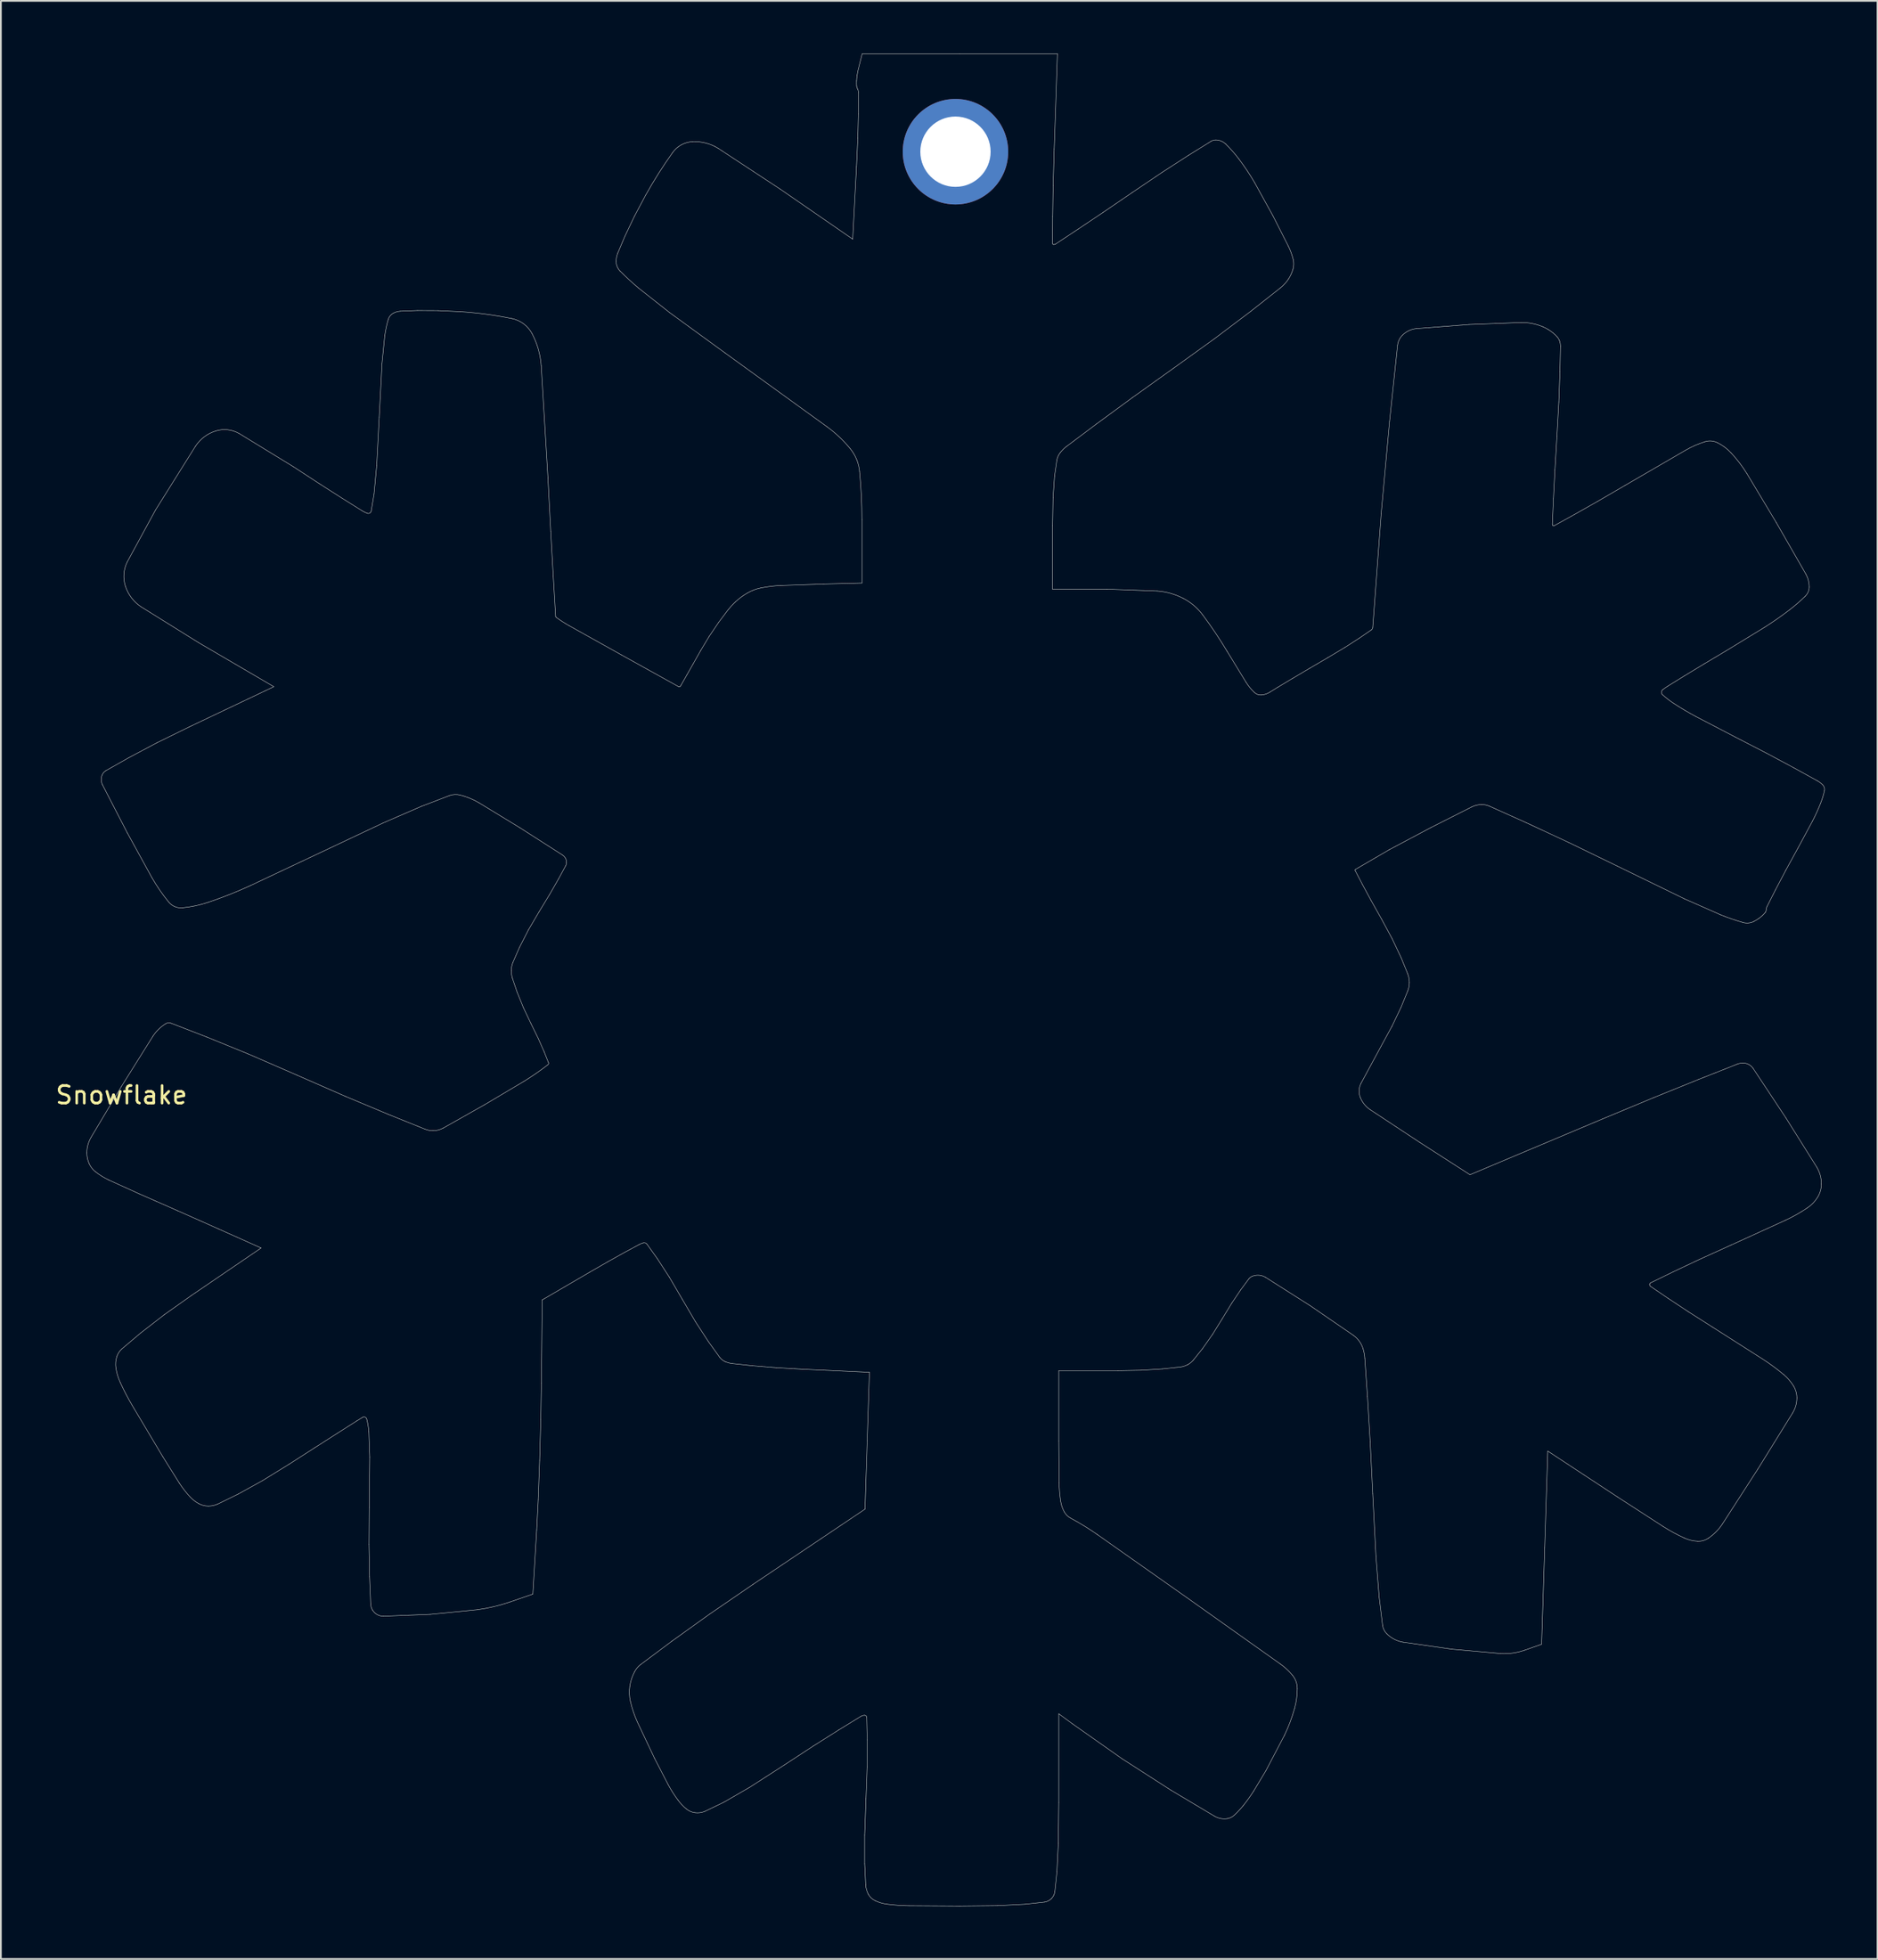
<source format=kicad_pcb>
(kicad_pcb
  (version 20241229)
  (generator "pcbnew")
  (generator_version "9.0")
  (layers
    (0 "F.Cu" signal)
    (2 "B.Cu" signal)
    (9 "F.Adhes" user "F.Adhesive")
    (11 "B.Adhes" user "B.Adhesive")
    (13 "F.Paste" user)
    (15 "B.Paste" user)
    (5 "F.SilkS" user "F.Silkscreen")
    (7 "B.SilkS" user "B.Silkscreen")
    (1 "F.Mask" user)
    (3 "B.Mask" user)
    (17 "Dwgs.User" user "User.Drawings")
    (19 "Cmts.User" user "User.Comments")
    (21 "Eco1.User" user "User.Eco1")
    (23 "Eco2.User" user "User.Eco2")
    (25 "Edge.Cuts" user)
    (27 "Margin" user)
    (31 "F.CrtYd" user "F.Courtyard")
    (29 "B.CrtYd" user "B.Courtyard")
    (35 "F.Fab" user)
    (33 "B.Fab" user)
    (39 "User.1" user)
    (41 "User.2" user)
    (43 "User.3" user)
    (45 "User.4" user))
  (footprint "Snowflake"
    (layer "F.Cu")
    (at 3.863 58.739)
    (property "Reference" "Snowflake" (at 0 0.5 0) (layer "F.SilkS") (effects (font (size 1 1) (thickness 0.15))))
    (attr through_hole)
    (fp_line (start -1.08 -17.147) (end 0.329 -14.421) (stroke (width 0.024) (type solid)) (layer "Edge.Cuts"))
    (fp_line (start -0.716 5.331) (end 1.005 6.113) (stroke (width 0.024) (type solid)) (layer "Edge.Cuts"))
    (fp_line (start 0 0) (end -1.733 2.903) (stroke (width 0.024) (type solid)) (layer "Edge.Cuts"))
    (fp_line (start 0.329 -14.421) (end 1.729 -11.873) (stroke (width 0.024) (type solid)) (layer "Edge.Cuts"))
    (fp_line (start 0.431 -18.702) (end -0.884 -17.958) (stroke (width 0.024) (type solid)) (layer "Edge.Cuts"))
    (fp_line (start 0.603 18.137) (end 2.351 21.066) (stroke (width 0.024) (type solid)) (layer "Edge.Cuts"))
    (fp_line (start 1.005 6.113) (end 1.982 6.541) (stroke (width 0.024) (type solid)) (layer "Edge.Cuts"))
    (fp_line (start 1.096 14.025) (end 0.025 14.931) (stroke (width 0.024) (type solid)) (layer "Edge.Cuts"))
    (fp_line (start 1.111 -27.277) (end 4.399 -25.229) (stroke (width 0.024) (type solid)) (layer "Edge.Cuts"))
    (fp_line (start 1.78 -2.839) (end 0 0) (stroke (width 0.024) (type solid)) (layer "Edge.Cuts"))
    (fp_line (start 1.934 -32.778) (end 0.324 -29.821) (stroke (width 0.024) (type solid)) (layer "Edge.Cuts"))
    (fp_line (start 1.982 6.541) (end 3.199 7.078) (stroke (width 0.024) (type solid)) (layer "Edge.Cuts"))
    (fp_line (start 2.02 -19.544) (end 0.431 -18.702) (stroke (width 0.024) (type solid)) (layer "Edge.Cuts"))
    (fp_line (start 2.351 21.066) (end 3.293 22.571) (stroke (width 0.024) (type solid)) (layer "Edge.Cuts"))
    (fp_line (start 2.437 12.986) (end 1.096 14.025) (stroke (width 0.024) (type solid)) (layer "Edge.Cuts"))
    (fp_line (start 3.199 7.078) (end 4.445 7.631) (stroke (width 0.024) (type solid)) (layer "Edge.Cuts"))
    (fp_line (start 3.872 -20.452) (end 2.02 -19.544) (stroke (width 0.024) (type solid)) (layer "Edge.Cuts"))
    (fp_line (start 3.976 11.897) (end 2.437 12.986) (stroke (width 0.024) (type solid)) (layer "Edge.Cuts"))
    (fp_line (start 4.211 -36.412) (end 1.934 -32.778) (stroke (width 0.024) (type solid)) (layer "Edge.Cuts"))
    (fp_line (start 4.399 -25.229) (end 8.667 -22.731) (stroke (width 0.024) (type solid)) (layer "Edge.Cuts"))
    (fp_line (start 4.445 7.631) (end 5.524 8.112) (stroke (width 0.024) (type solid)) (layer "Edge.Cuts"))
    (fp_line (start 4.866 -2.799) (end 2.816 -3.592) (stroke (width 0.024) (type solid)) (layer "Edge.Cuts"))
    (fp_line (start 5.488 23.754) (end 6.643 23.19) (stroke (width 0.024) (type solid)) (layer "Edge.Cuts"))
    (fp_line (start 5.524 8.112) (end 7.943 9.195) (stroke (width 0.024) (type solid)) (layer "Edge.Cuts"))
    (fp_line (start 6.643 23.19) (end 8.027 22.424) (stroke (width 0.024) (type solid)) (layer "Edge.Cuts"))
    (fp_line (start 7.24 -1.83) (end 4.866 -2.799) (stroke (width 0.024) (type solid)) (layer "Edge.Cuts"))
    (fp_line (start 7.356 -11.428) (end 11.878 -13.56) (stroke (width 0.024) (type solid)) (layer "Edge.Cuts"))
    (fp_line (start 7.943 9.195) (end 3.976 11.897) (stroke (width 0.024) (type solid)) (layer "Edge.Cuts"))
    (fp_line (start 8.027 22.424) (end 9.546 21.487) (stroke (width 0.024) (type solid)) (layer "Edge.Cuts"))
    (fp_line (start 8.667 -22.731) (end 3.872 -20.452) (stroke (width 0.024) (type solid)) (layer "Edge.Cuts"))
    (fp_line (start 9.546 21.487) (end 11 20.553) (stroke (width 0.024) (type solid)) (layer "Edge.Cuts"))
    (fp_line (start 9.787 -35.239) (end 6.694 -37.133) (stroke (width 0.024) (type solid)) (layer "Edge.Cuts"))
    (fp_line (start 9.986 -0.636) (end 7.24 -1.83) (stroke (width 0.024) (type solid)) (layer "Edge.Cuts"))
    (fp_line (start 11 20.553) (end 12.301 19.721) (stroke (width 0.024) (type solid)) (layer "Edge.Cuts"))
    (fp_line (start 11.261 -34.276) (end 9.787 -35.239) (stroke (width 0.024) (type solid)) (layer "Edge.Cuts"))
    (fp_line (start 11.878 -13.56) (end 14.891 -14.983) (stroke (width 0.024) (type solid)) (layer "Edge.Cuts"))
    (fp_line (start 12.301 19.721) (end 13.399 19.022) (stroke (width 0.024) (type solid)) (layer "Edge.Cuts"))
    (fp_line (start 12.572 -33.438) (end 11.261 -34.276) (stroke (width 0.024) (type solid)) (layer "Edge.Cuts"))
    (fp_line (start 12.75 0.575) (end 9.986 -0.636) (stroke (width 0.024) (type solid)) (layer "Edge.Cuts"))
    (fp_line (start 13.399 19.022) (end 13.718 18.826) (stroke (width 0.024) (type solid)) (layer "Edge.Cuts"))
    (fp_line (start 13.689 -32.738) (end 12.572 -33.438) (stroke (width 0.024) (type solid)) (layer "Edge.Cuts"))
    (fp_line (start 14.074 19.652) (end 14.124 21.082) (stroke (width 0.024) (type solid)) (layer "Edge.Cuts"))
    (fp_line (start 14.082 26.047) (end 14.116 27.892) (stroke (width 0.024) (type solid)) (layer "Edge.Cuts"))
    (fp_line (start 14.095 23.947) (end 14.082 26.047) (stroke (width 0.024) (type solid)) (layer "Edge.Cuts"))
    (fp_line (start 14.116 27.892) (end 14.18 29.445) (stroke (width 0.024) (type solid)) (layer "Edge.Cuts"))
    (fp_line (start 14.124 21.082) (end 14.095 23.947) (stroke (width 0.024) (type solid)) (layer "Edge.Cuts"))
    (fp_line (start 14.372 -33.7) (end 14.207 -32.716) (stroke (width 0.024) (type solid)) (layer "Edge.Cuts"))
    (fp_line (start 14.52 -35.309) (end 14.372 -33.7) (stroke (width 0.024) (type solid)) (layer "Edge.Cuts"))
    (fp_line (start 14.665 -38.065) (end 14.52 -35.309) (stroke (width 0.024) (type solid)) (layer "Edge.Cuts"))
    (fp_line (start 14.823 -41.107) (end 14.665 -38.065) (stroke (width 0.024) (type solid)) (layer "Edge.Cuts"))
    (fp_line (start 14.891 -14.983) (end 17.065 -15.926) (stroke (width 0.024) (type solid)) (layer "Edge.Cuts"))
    (fp_line (start 14.91 30.138) (end 17.574 30.033) (stroke (width 0.024) (type solid)) (layer "Edge.Cuts"))
    (fp_line (start 14.979 -42.69) (end 14.823 -41.107) (stroke (width 0.024) (type solid)) (layer "Edge.Cuts"))
    (fp_line (start 15.184 1.595) (end 12.75 0.575) (stroke (width 0.024) (type solid)) (layer "Edge.Cuts"))
    (fp_line (start 16.836 -44.127) (end 15.867 -44.089) (stroke (width 0.024) (type solid)) (layer "Edge.Cuts"))
    (fp_line (start 17.065 -15.926) (end 18.662 -16.538) (stroke (width 0.024) (type solid)) (layer "Edge.Cuts"))
    (fp_line (start 17.269 2.436) (end 15.184 1.595) (stroke (width 0.024) (type solid)) (layer "Edge.Cuts"))
    (fp_line (start 17.574 30.033) (end 20.25 29.769) (stroke (width 0.024) (type solid)) (layer "Edge.Cuts"))
    (fp_line (start 18.005 -44.122) (end 16.836 -44.127) (stroke (width 0.024) (type solid)) (layer "Edge.Cuts"))
    (fp_line (start 19.283 -44.062) (end 18.005 -44.122) (stroke (width 0.024) (type solid)) (layer "Edge.Cuts"))
    (fp_line (start 20.344 -16.126) (end 22.668 -14.709) (stroke (width 0.024) (type solid)) (layer "Edge.Cuts"))
    (fp_line (start 20.664 1.043) (end 18.315 2.37) (stroke (width 0.024) (type solid)) (layer "Edge.Cuts"))
    (fp_line (start 22.122 29.323) (end 23.405 28.881) (stroke (width 0.024) (type solid)) (layer "Edge.Cuts"))
    (fp_line (start 22.247 -6.136) (end 22.509 -5.362) (stroke (width 0.024) (type solid)) (layer "Edge.Cuts"))
    (fp_line (start 22.509 -5.362) (end 22.872 -4.469) (stroke (width 0.024) (type solid)) (layer "Edge.Cuts"))
    (fp_line (start 22.642 -7.897) (end 22.268 -7.041) (stroke (width 0.024) (type solid)) (layer "Edge.Cuts"))
    (fp_line (start 22.668 -14.709) (end 25.095 -13.155) (stroke (width 0.024) (type solid)) (layer "Edge.Cuts"))
    (fp_line (start 22.872 -4.469) (end 23.302 -3.563) (stroke (width 0.024) (type solid)) (layer "Edge.Cuts"))
    (fp_line (start 22.902 -0.286) (end 20.664 1.043) (stroke (width 0.024) (type solid)) (layer "Edge.Cuts"))
    (fp_line (start 23.152 -8.893) (end 22.642 -7.897) (stroke (width 0.024) (type solid)) (layer "Edge.Cuts"))
    (fp_line (start 23.302 -3.563) (end 23.721 -2.708) (stroke (width 0.024) (type solid)) (layer "Edge.Cuts"))
    (fp_line (start 23.405 28.881) (end 23.624 25.239) (stroke (width 0.024) (type solid)) (layer "Edge.Cuts"))
    (fp_line (start 23.624 25.239) (end 23.712 23.509) (stroke (width 0.024) (type solid)) (layer "Edge.Cuts"))
    (fp_line (start 23.712 23.509) (end 23.793 21.28) (stroke (width 0.024) (type solid)) (layer "Edge.Cuts"))
    (fp_line (start 23.721 -2.708) (end 24.048 -1.967) (stroke (width 0.024) (type solid)) (layer "Edge.Cuts"))
    (fp_line (start 23.755 -9.92) (end 23.152 -8.893) (stroke (width 0.024) (type solid)) (layer "Edge.Cuts"))
    (fp_line (start 23.793 21.28) (end 23.857 18.948) (stroke (width 0.024) (type solid)) (layer "Edge.Cuts"))
    (fp_line (start 23.857 18.948) (end 23.891 16.873) (stroke (width 0.024) (type solid)) (layer "Edge.Cuts"))
    (fp_line (start 23.891 16.873) (end 23.938 12.148) (stroke (width 0.024) (type solid)) (layer "Edge.Cuts"))
    (fp_line (start 23.938 12.148) (end 26.637 10.573) (stroke (width 0.024) (type solid)) (layer "Edge.Cuts"))
    (fp_line (start 24.048 -1.967) (end 24.296 -1.344) (stroke (width 0.024) (type solid)) (layer "Edge.Cuts"))
    (fp_line (start 24.266 -34.59) (end 23.881 -40.992) (stroke (width 0.024) (type solid)) (layer "Edge.Cuts"))
    (fp_line (start 24.358 -10.91) (end 23.755 -9.92) (stroke (width 0.024) (type solid)) (layer "Edge.Cuts"))
    (fp_line (start 24.423 -31.571) (end 24.266 -34.59) (stroke (width 0.024) (type solid)) (layer "Edge.Cuts"))
    (fp_line (start 24.567 -29.022) (end 24.423 -31.571) (stroke (width 0.024) (type solid)) (layer "Edge.Cuts"))
    (fp_line (start 24.703 -26.732) (end 24.567 -29.022) (stroke (width 0.024) (type solid)) (layer "Edge.Cuts"))
    (fp_line (start 24.865 -11.793) (end 24.358 -10.91) (stroke (width 0.024) (type solid)) (layer "Edge.Cuts"))
    (fp_line (start 25.274 -12.547) (end 24.865 -11.793) (stroke (width 0.024) (type solid)) (layer "Edge.Cuts"))
    (fp_line (start 26.637 10.573) (end 27.697 9.963) (stroke (width 0.024) (type solid)) (layer "Edge.Cuts"))
    (fp_line (start 27.697 9.963) (end 28.648 9.433) (stroke (width 0.024) (type solid)) (layer "Edge.Cuts"))
    (fp_line (start 28.46 -24.531) (end 25.496 -26.186) (stroke (width 0.024) (type solid)) (layer "Edge.Cuts"))
    (fp_line (start 28.643 -48.351) (end 28.237 -47.39) (stroke (width 0.024) (type solid)) (layer "Edge.Cuts"))
    (fp_line (start 28.648 9.433) (end 29.456 8.998) (stroke (width 0.024) (type solid)) (layer "Edge.Cuts"))
    (fp_line (start 29.182 -49.481) (end 28.643 -48.351) (stroke (width 0.024) (type solid)) (layer "Edge.Cuts"))
    (fp_line (start 29.352 36.154) (end 30.331 38.223) (stroke (width 0.024) (type solid)) (layer "Edge.Cuts"))
    (fp_line (start 29.419 -45.406) (end 31.19 -44.008) (stroke (width 0.024) (type solid)) (layer "Edge.Cuts"))
    (fp_line (start 29.817 -50.677) (end 29.182 -49.481) (stroke (width 0.024) (type solid)) (layer "Edge.Cuts"))
    (fp_line (start 29.9 8.976) (end 30.493 9.807) (stroke (width 0.024) (type solid)) (layer "Edge.Cuts"))
    (fp_line (start 30.331 38.223) (end 31.109 39.725) (stroke (width 0.024) (type solid)) (layer "Edge.Cuts"))
    (fp_line (start 30.493 9.807) (end 31.171 10.851) (stroke (width 0.024) (type solid)) (layer "Edge.Cuts"))
    (fp_line (start 31.171 10.851) (end 31.908 12.11) (stroke (width 0.024) (type solid)) (layer "Edge.Cuts"))
    (fp_line (start 31.19 -44.008) (end 34.342 -41.714) (stroke (width 0.024) (type solid)) (layer "Edge.Cuts"))
    (fp_line (start 31.327 31.551) (end 29.548 32.881) (stroke (width 0.024) (type solid)) (layer "Edge.Cuts"))
    (fp_line (start 31.7 -22.732) (end 28.46 -24.531) (stroke (width 0.024) (type solid)) (layer "Edge.Cuts"))
    (fp_line (start 31.908 12.11) (end 32.661 13.392) (stroke (width 0.024) (type solid)) (layer "Edge.Cuts"))
    (fp_line (start 32.164 -23.39) (end 31.845 -22.831) (stroke (width 0.024) (type solid)) (layer "Edge.Cuts"))
    (fp_line (start 32.531 -24.037) (end 32.164 -23.39) (stroke (width 0.024) (type solid)) (layer "Edge.Cuts"))
    (fp_line (start 32.661 13.392) (end 33.392 14.515) (stroke (width 0.024) (type solid)) (layer "Edge.Cuts"))
    (fp_line (start 32.953 -24.784) (end 32.531 -24.037) (stroke (width 0.024) (type solid)) (layer "Edge.Cuts"))
    (fp_line (start 33.201 41.236) (end 34.28 40.715) (stroke (width 0.024) (type solid)) (layer "Edge.Cuts"))
    (fp_line (start 33.392 14.515) (end 34.038 15.412) (stroke (width 0.024) (type solid)) (layer "Edge.Cuts"))
    (fp_line (start 33.434 -25.585) (end 32.953 -24.784) (stroke (width 0.024) (type solid)) (layer "Edge.Cuts"))
    (fp_line (start 33.466 30.017) (end 31.327 31.551) (stroke (width 0.024) (type solid)) (layer "Edge.Cuts"))
    (fp_line (start 33.981 -26.394) (end 33.434 -25.585) (stroke (width 0.024) (type solid)) (layer "Edge.Cuts"))
    (fp_line (start 34.28 40.715) (end 35.739 39.872) (stroke (width 0.024) (type solid)) (layer "Edge.Cuts"))
    (fp_line (start 34.342 -41.714) (end 40.151 -37.511) (stroke (width 0.024) (type solid)) (layer "Edge.Cuts"))
    (fp_line (start 34.511 -27.099) (end 33.981 -26.394) (stroke (width 0.024) (type solid)) (layer "Edge.Cuts"))
    (fp_line (start 34.763 15.769) (end 35.896 15.892) (stroke (width 0.024) (type solid)) (layer "Edge.Cuts"))
    (fp_line (start 35.739 39.872) (end 37.712 38.602) (stroke (width 0.024) (type solid)) (layer "Edge.Cuts"))
    (fp_line (start 35.896 15.892) (end 37.257 16.004) (stroke (width 0.024) (type solid)) (layer "Edge.Cuts"))
    (fp_line (start 35.934 28.327) (end 33.466 30.017) (stroke (width 0.024) (type solid)) (layer "Edge.Cuts"))
    (fp_line (start 37.257 16.004) (end 38.756 16.09) (stroke (width 0.024) (type solid)) (layer "Edge.Cuts"))
    (fp_line (start 37.484 -51.03) (end 33.959 -53.347) (stroke (width 0.024) (type solid)) (layer "Edge.Cuts"))
    (fp_line (start 37.712 38.602) (end 39.37 37.518) (stroke (width 0.024) (type solid)) (layer "Edge.Cuts"))
    (fp_line (start 38.756 16.09) (end 42.558 16.266) (stroke (width 0.024) (type solid)) (layer "Edge.Cuts"))
    (fp_line (start 39.37 37.518) (end 40.817 36.604) (stroke (width 0.024) (type solid)) (layer "Edge.Cuts"))
    (fp_line (start 39.942 -28.572) (end 37.504 -28.486) (stroke (width 0.024) (type solid)) (layer "Edge.Cuts"))
    (fp_line (start 40.817 36.604) (end 42.072 35.833) (stroke (width 0.024) (type solid)) (layer "Edge.Cuts"))
    (fp_line (start 41.605 -48.187) (end 37.484 -51.03) (stroke (width 0.024) (type solid)) (layer "Edge.Cuts"))
    (fp_line (start 41.822 -52.32) (end 41.605 -48.187) (stroke (width 0.024) (type solid)) (layer "Edge.Cuts"))
    (fp_line (start 41.894 -53.924) (end 41.822 -52.32) (stroke (width 0.024) (type solid)) (layer "Edge.Cuts"))
    (fp_line (start 41.928 -55.321) (end 41.894 -53.924) (stroke (width 0.024) (type solid)) (layer "Edge.Cuts"))
    (fp_line (start 41.937 -56.51) (end 41.928 -55.321) (stroke (width 0.024) (type solid)) (layer "Edge.Cuts"))
    (fp_line (start 42.13 -32.241) (end 42.13 -28.627) (stroke (width 0.024) (type solid)) (layer "Edge.Cuts"))
    (fp_line (start 42.13 -28.627) (end 39.942 -28.572) (stroke (width 0.024) (type solid)) (layer "Edge.Cuts"))
    (fp_line (start 42.143 -58.727) (end 41.929 -57.872) (stroke (width 0.024) (type solid)) (layer "Edge.Cuts"))
    (fp_line (start 42.286 42.594) (end 42.286 44.213) (stroke (width 0.024) (type solid)) (layer "Edge.Cuts"))
    (fp_line (start 42.286 44.213) (end 42.345 45.435) (stroke (width 0.024) (type solid)) (layer "Edge.Cuts"))
    (fp_line (start 42.305 24.048) (end 35.934 28.327) (stroke (width 0.024) (type solid)) (layer "Edge.Cuts"))
    (fp_line (start 42.36 40.524) (end 42.286 42.594) (stroke (width 0.024) (type solid)) (layer "Edge.Cuts"))
    (fp_line (start 42.402 35.887) (end 42.433 37.166) (stroke (width 0.024) (type solid)) (layer "Edge.Cuts"))
    (fp_line (start 42.426 38.698) (end 42.36 40.524) (stroke (width 0.024) (type solid)) (layer "Edge.Cuts"))
    (fp_line (start 42.431 20.157) (end 42.305 24.048) (stroke (width 0.024) (type solid)) (layer "Edge.Cuts"))
    (fp_line (start 42.433 37.166) (end 42.426 38.698) (stroke (width 0.024) (type solid)) (layer "Edge.Cuts"))
    (fp_line (start 42.558 16.266) (end 42.431 20.157) (stroke (width 0.024) (type solid)) (layer "Edge.Cuts"))
    (fp_line (start 44.796 46.605) (end 47.672 46.623) (stroke (width 0.024) (type solid)) (layer "Edge.Cuts"))
    (fp_line (start 47.672 46.623) (end 49.86 46.6) (stroke (width 0.024) (type solid)) (layer "Edge.Cuts"))
    (fp_line (start 47.699 -58.727) (end 42.143 -58.727) (stroke (width 0.024) (type solid)) (layer "Edge.Cuts"))
    (fp_line (start 49.86 46.6) (end 51.414 46.521) (stroke (width 0.024) (type solid)) (layer "Edge.Cuts"))
    (fp_line (start 51.414 46.521) (end 52.517 46.399) (stroke (width 0.024) (type solid)) (layer "Edge.Cuts"))
    (fp_line (start 52.979 -47.938) (end 52.985 -49.47) (stroke (width 0.024) (type solid)) (layer "Edge.Cuts"))
    (fp_line (start 52.98 -31.885) (end 53.006 -33.484) (stroke (width 0.024) (type solid)) (layer "Edge.Cuts"))
    (fp_line (start 52.98 -28.277) (end 52.98 -31.885) (stroke (width 0.024) (type solid)) (layer "Edge.Cuts"))
    (fp_line (start 52.985 -49.47) (end 53.01 -51.221) (stroke (width 0.024) (type solid)) (layer "Edge.Cuts"))
    (fp_line (start 53.006 -33.484) (end 53.091 -34.714) (stroke (width 0.024) (type solid)) (layer "Edge.Cuts"))
    (fp_line (start 53.01 -51.221) (end 53.07 -53.302) (stroke (width 0.024) (type solid)) (layer "Edge.Cuts"))
    (fp_line (start 53.07 -53.302) (end 53.255 -58.727) (stroke (width 0.024) (type solid)) (layer "Edge.Cuts"))
    (fp_line (start 53.091 -34.714) (end 53.223 -35.62) (stroke (width 0.024) (type solid)) (layer "Edge.Cuts"))
    (fp_line (start 53.107 45.805) (end 53.228 44.659) (stroke (width 0.024) (type solid)) (layer "Edge.Cuts"))
    (fp_line (start 53.228 44.659) (end 53.306 43.039) (stroke (width 0.024) (type solid)) (layer "Edge.Cuts"))
    (fp_line (start 53.255 -58.727) (end 47.699 -58.727) (stroke (width 0.024) (type solid)) (layer "Edge.Cuts"))
    (fp_line (start 53.306 43.039) (end 53.33 40.736) (stroke (width 0.024) (type solid)) (layer "Edge.Cuts"))
    (fp_line (start 53.33 20.186) (end 53.33 16.173) (stroke (width 0.024) (type solid)) (layer "Edge.Cuts"))
    (fp_line (start 53.33 16.173) (end 56.678 16.173) (stroke (width 0.024) (type solid)) (layer "Edge.Cuts"))
    (fp_line (start 53.33 35.688) (end 54.117 36.265) (stroke (width 0.024) (type solid)) (layer "Edge.Cuts"))
    (fp_line (start 53.33 40.736) (end 53.33 35.688) (stroke (width 0.024) (type solid)) (layer "Edge.Cuts"))
    (fp_line (start 53.349 22.541) (end 53.33 20.186) (stroke (width 0.024) (type solid)) (layer "Edge.Cuts"))
    (fp_line (start 53.777 -36.4) (end 55.488 -37.684) (stroke (width 0.024) (type solid)) (layer "Edge.Cuts"))
    (fp_line (start 54.117 36.265) (end 56.933 38.246) (stroke (width 0.024) (type solid)) (layer "Edge.Cuts"))
    (fp_line (start 54.423 -48.751) (end 53.152 -47.91) (stroke (width 0.024) (type solid)) (layer "Edge.Cuts"))
    (fp_line (start 55.488 -37.684) (end 57.522 -39.175) (stroke (width 0.024) (type solid)) (layer "Edge.Cuts"))
    (fp_line (start 55.857 -49.711) (end 54.423 -48.751) (stroke (width 0.024) (type solid)) (layer "Edge.Cuts"))
    (fp_line (start 56.078 -28.277) (end 52.98 -28.277) (stroke (width 0.024) (type solid)) (layer "Edge.Cuts"))
    (fp_line (start 56.678 16.173) (end 58.007 16.148) (stroke (width 0.024) (type solid)) (layer "Edge.Cuts"))
    (fp_line (start 56.933 38.246) (end 59.708 40.031) (stroke (width 0.024) (type solid)) (layer "Edge.Cuts"))
    (fp_line (start 57.522 -39.175) (end 59.851 -40.839) (stroke (width 0.024) (type solid)) (layer "Edge.Cuts"))
    (fp_line (start 57.53 -50.852) (end 55.857 -49.711) (stroke (width 0.024) (type solid)) (layer "Edge.Cuts"))
    (fp_line (start 58.007 16.148) (end 59.23 16.073) (stroke (width 0.024) (type solid)) (layer "Edge.Cuts"))
    (fp_line (start 58.938 -28.172) (end 56.078 -28.277) (stroke (width 0.024) (type solid)) (layer "Edge.Cuts"))
    (fp_line (start 59.22 -51.992) (end 57.53 -50.852) (stroke (width 0.024) (type solid)) (layer "Edge.Cuts"))
    (fp_line (start 59.23 16.073) (end 60.244 15.965) (stroke (width 0.024) (type solid)) (layer "Edge.Cuts"))
    (fp_line (start 59.708 40.031) (end 62.193 41.514) (stroke (width 0.024) (type solid)) (layer "Edge.Cuts"))
    (fp_line (start 59.851 -40.839) (end 62.189 -42.523) (stroke (width 0.024) (type solid)) (layer "Edge.Cuts"))
    (fp_line (start 60.624 29.084) (end 55.531 25.498) (stroke (width 0.024) (type solid)) (layer "Edge.Cuts"))
    (fp_line (start 60.708 -52.953) (end 59.22 -51.992) (stroke (width 0.024) (type solid)) (layer "Edge.Cuts"))
    (fp_line (start 60.989 15.569) (end 61.507 14.923) (stroke (width 0.024) (type solid)) (layer "Edge.Cuts"))
    (fp_line (start 61.507 14.923) (end 62.077 14.113) (stroke (width 0.024) (type solid)) (layer "Edge.Cuts"))
    (fp_line (start 61.99 -53.75) (end 60.708 -52.953) (stroke (width 0.024) (type solid)) (layer "Edge.Cuts"))
    (fp_line (start 62.077 14.113) (end 62.633 13.218) (stroke (width 0.024) (type solid)) (layer "Edge.Cuts"))
    (fp_line (start 62.189 -42.523) (end 64.249 -44.078) (stroke (width 0.024) (type solid)) (layer "Edge.Cuts"))
    (fp_line (start 62.633 13.218) (end 63.17 12.338) (stroke (width 0.024) (type solid)) (layer "Edge.Cuts"))
    (fp_line (start 63.17 12.338) (end 63.686 11.571) (stroke (width 0.024) (type solid)) (layer "Edge.Cuts"))
    (fp_line (start 63.686 11.571) (end 64.141 10.956) (stroke (width 0.024) (type solid)) (layer "Edge.Cuts"))
    (fp_line (start 63.985 -22.987) (end 62.906 -24.75) (stroke (width 0.024) (type solid)) (layer "Edge.Cuts"))
    (fp_line (start 64.249 -44.078) (end 65.946 -45.417) (stroke (width 0.024) (type solid)) (layer "Edge.Cuts"))
    (fp_line (start 64.42 40.084) (end 65.117 38.923) (stroke (width 0.024) (type solid)) (layer "Edge.Cuts"))
    (fp_line (start 65.1 10.865) (end 67.644 12.482) (stroke (width 0.024) (type solid)) (layer "Edge.Cuts"))
    (fp_line (start 65.117 38.923) (end 66.174 36.907) (stroke (width 0.024) (type solid)) (layer "Edge.Cuts"))
    (fp_line (start 65.522 -49.506) (end 64.472 -51.408) (stroke (width 0.024) (type solid)) (layer "Edge.Cuts"))
    (fp_line (start 65.789 -22.698) (end 65.348 -22.424) (stroke (width 0.024) (type solid)) (layer "Edge.Cuts"))
    (fp_line (start 65.943 32.86) (end 60.624 29.084) (stroke (width 0.024) (type solid)) (layer "Edge.Cuts"))
    (fp_line (start 66.393 -47.79) (end 65.522 -49.506) (stroke (width 0.024) (type solid)) (layer "Edge.Cuts"))
    (fp_line (start 66.628 -23.2) (end 65.789 -22.698) (stroke (width 0.024) (type solid)) (layer "Edge.Cuts"))
    (fp_line (start 67.615 -23.784) (end 66.628 -23.2) (stroke (width 0.024) (type solid)) (layer "Edge.Cuts"))
    (fp_line (start 67.644 12.482) (end 70.097 14.164) (stroke (width 0.024) (type solid)) (layer "Edge.Cuts"))
    (fp_line (start 68.642 -24.384) (end 67.615 -23.784) (stroke (width 0.024) (type solid)) (layer "Edge.Cuts"))
    (fp_line (start 69.616 -24.967) (end 68.642 -24.384) (stroke (width 0.024) (type solid)) (layer "Edge.Cuts"))
    (fp_line (start 70.211 -12.338) (end 72.139 -13.462) (stroke (width 0.024) (type solid)) (layer "Edge.Cuts"))
    (fp_line (start 70.439 -25.497) (end 69.616 -24.967) (stroke (width 0.024) (type solid)) (layer "Edge.Cuts"))
    (fp_line (start 70.523 -0.161) (end 71.671 -2.282) (stroke (width 0.024) (type solid)) (layer "Edge.Cuts"))
    (fp_line (start 70.608 -11.485) (end 70.194 -12.277) (stroke (width 0.024) (type solid)) (layer "Edge.Cuts"))
    (fp_line (start 70.744 15.457) (end 70.896 17.647) (stroke (width 0.024) (type solid)) (layer "Edge.Cuts"))
    (fp_line (start 70.896 17.647) (end 71.051 20.232) (stroke (width 0.024) (type solid)) (layer "Edge.Cuts"))
    (fp_line (start 71.051 20.232) (end 71.195 23.162) (stroke (width 0.024) (type solid)) (layer "Edge.Cuts"))
    (fp_line (start 71.097 -10.58) (end 70.608 -11.485) (stroke (width 0.024) (type solid)) (layer "Edge.Cuts"))
    (fp_line (start 71.117 -25.963) (end 70.439 -25.497) (stroke (width 0.024) (type solid)) (layer "Edge.Cuts"))
    (fp_line (start 71.195 23.162) (end 71.377 26.722) (stroke (width 0.024) (type solid)) (layer "Edge.Cuts"))
    (fp_line (start 71.377 26.722) (end 71.561 29.052) (stroke (width 0.024) (type solid)) (layer "Edge.Cuts"))
    (fp_line (start 71.561 29.052) (end 71.756 30.657) (stroke (width 0.024) (type solid)) (layer "Edge.Cuts"))
    (fp_line (start 71.671 -2.282) (end 72.287 -3.411) (stroke (width 0.024) (type solid)) (layer "Edge.Cuts"))
    (fp_line (start 71.677 -32.581) (end 71.197 -26.105) (stroke (width 0.024) (type solid)) (layer "Edge.Cuts"))
    (fp_line (start 71.696 -9.516) (end 71.097 -10.58) (stroke (width 0.024) (type solid)) (layer "Edge.Cuts"))
    (fp_line (start 72.139 -13.462) (end 74.495 -14.713) (stroke (width 0.024) (type solid)) (layer "Edge.Cuts"))
    (fp_line (start 72.152 -37.813) (end 71.677 -32.581) (stroke (width 0.024) (type solid)) (layer "Edge.Cuts"))
    (fp_line (start 72.287 -3.411) (end 72.807 -4.498) (stroke (width 0.024) (type solid)) (layer "Edge.Cuts"))
    (fp_line (start 72.3 -8.396) (end 71.696 -9.516) (stroke (width 0.024) (type solid)) (layer "Edge.Cuts"))
    (fp_line (start 72.608 -42.147) (end 72.152 -37.813) (stroke (width 0.024) (type solid)) (layer "Edge.Cuts"))
    (fp_line (start 72.807 -4.498) (end 73.189 -5.429) (stroke (width 0.024) (type solid)) (layer "Edge.Cuts"))
    (fp_line (start 72.812 -7.317) (end 72.3 -8.396) (stroke (width 0.024) (type solid)) (layer "Edge.Cuts"))
    (fp_line (start 72.918 31.615) (end 75.701 32.015) (stroke (width 0.024) (type solid)) (layer "Edge.Cuts"))
    (fp_line (start 73.189 -6.392) (end 72.812 -7.317) (stroke (width 0.024) (type solid)) (layer "Edge.Cuts"))
    (fp_line (start 73.867 3.186) (end 71.048 1.327) (stroke (width 0.024) (type solid)) (layer "Edge.Cuts"))
    (fp_line (start 74.495 -14.713) (end 76.827 -15.892) (stroke (width 0.024) (type solid)) (layer "Edge.Cuts"))
    (fp_line (start 75.701 32.015) (end 78.477 32.263) (stroke (width 0.024) (type solid)) (layer "Edge.Cuts"))
    (fp_line (start 76.685 -43.332) (end 73.686 -43.1) (stroke (width 0.024) (type solid)) (layer "Edge.Cuts"))
    (fp_line (start 76.729 5.028) (end 73.867 3.186) (stroke (width 0.024) (type solid)) (layer "Edge.Cuts"))
    (fp_line (start 77.841 -15.933) (end 79.926 -14.997) (stroke (width 0.024) (type solid)) (layer "Edge.Cuts"))
    (fp_line (start 79.633 -43.445) (end 76.685 -43.332) (stroke (width 0.024) (type solid)) (layer "Edge.Cuts"))
    (fp_line (start 79.836 32.073) (end 80.805 31.733) (stroke (width 0.024) (type solid)) (layer "Edge.Cuts"))
    (fp_line (start 79.926 -14.997) (end 82.356 -13.865) (stroke (width 0.024) (type solid)) (layer "Edge.Cuts"))
    (fp_line (start 80.805 31.733) (end 80.98 26.239) (stroke (width 0.024) (type solid)) (layer "Edge.Cuts"))
    (fp_line (start 80.98 26.239) (end 81.155 20.746) (stroke (width 0.024) (type solid)) (layer "Edge.Cuts"))
    (fp_line (start 81.155 20.746) (end 85.128 23.359) (stroke (width 0.024) (type solid)) (layer "Edge.Cuts"))
    (fp_line (start 81.413 -31.975) (end 81.478 -33.422) (stroke (width 0.024) (type solid)) (layer "Edge.Cuts"))
    (fp_line (start 81.478 -33.422) (end 81.562 -35.053) (stroke (width 0.024) (type solid)) (layer "Edge.Cuts"))
    (fp_line (start 81.562 -35.053) (end 81.676 -36.974) (stroke (width 0.024) (type solid)) (layer "Edge.Cuts"))
    (fp_line (start 81.676 -36.974) (end 81.784 -38.921) (stroke (width 0.024) (type solid)) (layer "Edge.Cuts"))
    (fp_line (start 81.784 -38.921) (end 81.847 -40.636) (stroke (width 0.024) (type solid)) (layer "Edge.Cuts"))
    (fp_line (start 81.847 -40.636) (end 81.877 -42.087) (stroke (width 0.024) (type solid)) (layer "Edge.Cuts"))
    (fp_line (start 82.356 -13.865) (end 85.119 -12.523) (stroke (width 0.024) (type solid)) (layer "Edge.Cuts"))
    (fp_line (start 82.681 -32.531) (end 81.517 -31.886) (stroke (width 0.024) (type solid)) (layer "Edge.Cuts"))
    (fp_line (start 83.996 -33.275) (end 82.681 -32.531) (stroke (width 0.024) (type solid)) (layer "Edge.Cuts"))
    (fp_line (start 84.277 1.851) (end 76.729 5.028) (stroke (width 0.024) (type solid)) (layer "Edge.Cuts"))
    (fp_line (start 85.119 -12.523) (end 88.933 -10.664) (stroke (width 0.024) (type solid)) (layer "Edge.Cuts"))
    (fp_line (start 85.128 23.359) (end 87.738 25.048) (stroke (width 0.024) (type solid)) (layer "Edge.Cuts"))
    (fp_line (start 85.541 -34.174) (end 83.996 -33.275) (stroke (width 0.024) (type solid)) (layer "Edge.Cuts"))
    (fp_line (start 87.009 11.175) (end 88.307 10.543) (stroke (width 0.024) (type solid)) (layer "Edge.Cuts"))
    (fp_line (start 87.202 0.633) (end 84.277 1.851) (stroke (width 0.024) (type solid)) (layer "Edge.Cuts"))
    (fp_line (start 88 12.057) (end 87.005 11.38) (stroke (width 0.024) (type solid)) (layer "Edge.Cuts"))
    (fp_line (start 88.01 -22.779) (end 88.945 -23.357) (stroke (width 0.024) (type solid)) (layer "Edge.Cuts"))
    (fp_line (start 88.307 10.543) (end 89.801 9.837) (stroke (width 0.024) (type solid)) (layer "Edge.Cuts"))
    (fp_line (start 88.933 -10.664) (end 90.986 -9.758) (stroke (width 0.024) (type solid)) (layer "Edge.Cuts"))
    (fp_line (start 88.945 -23.357) (end 90.065 -24.036) (stroke (width 0.024) (type solid)) (layer "Edge.Cuts"))
    (fp_line (start 89.011 -36.19) (end 85.541 -34.174) (stroke (width 0.024) (type solid)) (layer "Edge.Cuts"))
    (fp_line (start 89.155 12.821) (end 88 12.057) (stroke (width 0.024) (type solid)) (layer "Edge.Cuts"))
    (fp_line (start 89.737 -0.393) (end 87.202 0.633) (stroke (width 0.024) (type solid)) (layer "Edge.Cuts"))
    (fp_line (start 89.801 9.837) (end 91.576 9.032) (stroke (width 0.024) (type solid)) (layer "Edge.Cuts"))
    (fp_line (start 90.065 -24.036) (end 91.305 -24.774) (stroke (width 0.024) (type solid)) (layer "Edge.Cuts"))
    (fp_line (start 90.527 13.694) (end 89.155 12.821) (stroke (width 0.024) (type solid)) (layer "Edge.Cuts"))
    (fp_line (start 91.09 24.896) (end 93.101 21.781) (stroke (width 0.024) (type solid)) (layer "Edge.Cuts"))
    (fp_line (start 91.305 -24.774) (end 93.483 -26.105) (stroke (width 0.024) (type solid)) (layer "Edge.Cuts"))
    (fp_line (start 91.576 9.032) (end 94.677 7.618) (stroke (width 0.024) (type solid)) (layer "Edge.Cuts"))
    (fp_line (start 91.823 -19.867) (end 89.596 -21.027) (stroke (width 0.024) (type solid)) (layer "Edge.Cuts"))
    (fp_line (start 91.941 -1.264) (end 89.737 -0.393) (stroke (width 0.024) (type solid)) (layer "Edge.Cuts"))
    (fp_line (start 93.101 21.781) (end 95.09 18.573) (stroke (width 0.024) (type solid)) (layer "Edge.Cuts"))
    (fp_line (start 93.391 15.519) (end 90.527 13.694) (stroke (width 0.024) (type solid)) (layer "Edge.Cuts"))
    (fp_line (start 93.61 -18.945) (end 91.823 -19.867) (stroke (width 0.024) (type solid)) (layer "Edge.Cuts"))
    (fp_line (start 93.626 -10.221) (end 94.109 -11.171) (stroke (width 0.024) (type solid)) (layer "Edge.Cuts"))
    (fp_line (start 94.109 -11.171) (end 94.691 -12.276) (stroke (width 0.024) (type solid)) (layer "Edge.Cuts"))
    (fp_line (start 94.153 -32.075) (end 92.488 -34.847) (stroke (width 0.024) (type solid)) (layer "Edge.Cuts"))
    (fp_line (start 94.691 -12.276) (end 95.381 -13.534) (stroke (width 0.024) (type solid)) (layer "Edge.Cuts"))
    (fp_line (start 94.707 1.8) (end 92.841 -1.018) (stroke (width 0.024) (type solid)) (layer "Edge.Cuts"))
    (fp_line (start 95.178 -18.105) (end 93.61 -18.945) (stroke (width 0.024) (type solid)) (layer "Edge.Cuts"))
    (fp_line (start 95.381 -13.534) (end 96.217 -15.087) (stroke (width 0.024) (type solid)) (layer "Edge.Cuts"))
    (fp_line (start 95.836 -29.145) (end 94.153 -32.075) (stroke (width 0.024) (type solid)) (layer "Edge.Cuts"))
    (fp_line (start 96.457 4.589) (end 94.707 1.8) (stroke (width 0.024) (type solid)) (layer "Edge.Cuts"))
    (fp_line (start 96.494 -17.378) (end 95.178 -18.105) (stroke (width 0.024) (type solid)) (layer "Edge.Cuts"))
    (fp_arc (start -1.970208 3.782846) (mid -1.909766 3.327327) (end -1.732624 2.903332) (stroke (width 0.024499) (type solid)) (layer "Edge.Cuts"))
    (fp_arc (start -1.841795 4.394384) (mid -1.937758 4.095283) (end -1.970208 3.782846) (stroke (width 0.024499) (type solid)) (layer "Edge.Cuts"))
    (fp_arc (start -1.48128 4.85875) (mid -1.690266 4.648871) (end -1.841796 4.394385) (stroke (width 0.024499) (type solid)) (layer "Edge.Cuts"))
    (fp_arc (start -1.108113 -17.69427) (mid -1.018417 -17.845195) (end -0.883567 -17.957619) (stroke (width 0.024499) (type solid)) (layer "Edge.Cuts"))
    (fp_arc (start -1.079818 -17.147319) (mid -1.151982 -17.417793) (end -1.108113 -17.69427) (stroke (width 0.024499) (type solid)) (layer "Edge.Cuts"))
    (fp_arc (start -0.715762 5.331239) (mid -1.111699 5.116345) (end -1.48128 4.85875) (stroke (width 0.024499) (type solid)) (layer "Edge.Cuts"))
    (fp_arc (start -0.316965 16.028679) (mid -0.328901 15.684281) (end -0.255717 15.347537) (stroke (width 0.024499) (type solid)) (layer "Edge.Cuts"))
    (fp_arc (start -0.255717 15.347537) (mid -0.141958 15.121441) (end 0.025281 14.931464) (stroke (width 0.024499) (type solid)) (layer "Edge.Cuts"))
    (fp_arc (start -0.071677 16.840876) (mid -0.221637 16.443027) (end -0.316965 16.028679) (stroke (width 0.024499) (type solid)) (layer "Edge.Cuts"))
    (fp_arc (start 0.225177 -28.440922) (mid 0.139437 -29.140861) (end 0.324411 -29.82134) (stroke (width 0.024499) (type solid)) (layer "Edge.Cuts"))
    (fp_arc (start 0.603252 18.137332) (mid 0.24881 17.497943) (end -0.071677 16.840877) (stroke (width 0.024499) (type solid)) (layer "Edge.Cuts"))
    (fp_arc (start 1.111422 -27.276733) (mid 0.569841 -27.783875) (end 0.225178 -28.440922) (stroke (width 0.024499) (type solid)) (layer "Edge.Cuts"))
    (fp_arc (start 1.779797 -2.838598) (mid 2.108264 -3.242263) (end 2.517801 -3.563378) (stroke (width 0.024499) (type solid)) (layer "Edge.Cuts"))
    (fp_arc (start 2.517801 -3.563378) (mid 2.663762 -3.612416) (end 2.816343 -3.591725) (stroke (width 0.024499) (type solid)) (layer "Edge.Cuts"))
    (fp_arc (start 2.687182 -10.47996) (mid 2.179556 -11.156643) (end 1.729167 -11.872697) (stroke (width 0.024499) (type solid)) (layer "Edge.Cuts"))
    (fp_arc (start 3.470776 -10.154265) (mid 3.038074 -10.218698) (end 2.687182 -10.47996) (stroke (width 0.024499) (type solid)) (layer "Edge.Cuts"))
    (fp_arc (start 3.895853 23.345702) (mid 3.578255 22.970996) (end 3.293453 22.570796) (stroke (width 0.024499) (type solid)) (layer "Edge.Cuts"))
    (fp_arc (start 4.211354 -36.411663) (mid 4.709225 -36.942865) (end 5.356655 -37.275861) (stroke (width 0.024499) (type solid)) (layer "Edge.Cuts"))
    (fp_arc (start 4.401324 23.737369) (mid 4.132279 23.562584) (end 3.895853 23.345702) (stroke (width 0.024499) (type solid)) (layer "Edge.Cuts"))
    (fp_arc (start 4.933747 -10.467348) (mid 4.21108 -10.269599) (end 3.470776 -10.154265) (stroke (width 0.024499) (type solid)) (layer "Edge.Cuts"))
    (fp_arc (start 4.941549 23.873309) (mid 4.663015 23.838802) (end 4.401323 23.737369) (stroke (width 0.024499) (type solid)) (layer "Edge.Cuts"))
    (fp_arc (start 5.356654 -37.27586) (mid 6.039897 -37.343552) (end 6.693523 -37.133369) (stroke (width 0.024499) (type solid)) (layer "Edge.Cuts"))
    (fp_arc (start 5.487501 23.754007) (mid 5.220967 23.843136) (end 4.941549 23.873309) (stroke (width 0.024499) (type solid)) (layer "Edge.Cuts"))
    (fp_arc (start 7.355989 -11.427737) (mid 6.157861 -10.914774) (end 4.933747 -10.467349) (stroke (width 0.024499) (type solid)) (layer "Edge.Cuts"))
    (fp_arc (start 13.717994 18.825833) (mid 13.859779 18.815369) (end 13.953345 18.922411) (stroke (width 0.024499) (type solid)) (layer "Edge.Cuts"))
    (fp_arc (start 13.953345 18.922412) (mid 14.030456 19.284574) (end 14.074366 19.652241) (stroke (width 0.024499) (type solid)) (layer "Edge.Cuts"))
    (fp_arc (start 13.980947 -32.593223) (mid 13.831635 -32.658829) (end 13.689233 -32.738326) (stroke (width 0.024499) (type solid)) (layer "Edge.Cuts"))
    (fp_arc (start 14.206593 -32.71596) (mid 14.122085 -32.602535) (end 13.980947 -32.593223) (stroke (width 0.024499) (type solid)) (layer "Edge.Cuts"))
    (fp_arc (start 14.29016 29.799636) (mid 14.212662 29.629475) (end 14.180116 29.445352) (stroke (width 0.024499) (type solid)) (layer "Edge.Cuts"))
    (fp_arc (start 14.91046 30.138083) (mid 14.555497 30.050992) (end 14.29016 29.799636) (stroke (width 0.024499) (type solid)) (layer "Edge.Cuts"))
    (fp_arc (start 14.979319 -42.689794) (mid 15.061037 -43.15422) (end 15.176088 -43.611531) (stroke (width 0.024499) (type solid)) (layer "Edge.Cuts"))
    (fp_arc (start 15.176088 -43.611532) (mid 15.292804 -43.831448) (end 15.487603 -43.986493) (stroke (width 0.024499) (type solid)) (layer "Edge.Cuts"))
    (fp_arc (start 15.487603 -43.986493) (mid 15.672199 -44.056997) (end 15.867257 -44.088603) (stroke (width 0.024499) (type solid)) (layer "Edge.Cuts"))
    (fp_arc (start 17.723495 2.52331) (mid 17.491925 2.501289) (end 17.268655 2.436017) (stroke (width 0.024499) (type solid)) (layer "Edge.Cuts"))
    (fp_arc (start 18.315194 2.369973) (mid 18.029117 2.484352) (end 17.723495 2.523309) (stroke (width 0.024499) (type solid)) (layer "Edge.Cuts"))
    (fp_arc (start 18.661959 -16.537551) (mid 18.962206 -16.597431) (end 19.266888 -16.567379) (stroke (width 0.024499) (type solid)) (layer "Edge.Cuts"))
    (fp_arc (start 19.266888 -16.567378) (mid 19.821119 -16.385254) (end 20.343693 -16.125913) (stroke (width 0.024499) (type solid)) (layer "Edge.Cuts"))
    (fp_arc (start 19.282798 -44.062058) (mid 20.755246 -43.915735) (end 22.214362 -43.669782) (stroke (width 0.024499) (type solid)) (layer "Edge.Cuts"))
    (fp_arc (start 22.121972 29.32339) (mid 21.196932 29.592505) (end 20.249924 29.769422) (stroke (width 0.024499) (type solid)) (layer "Edge.Cuts"))
    (fp_arc (start 22.179792 -6.582768) (mid 22.202163 -6.81603) (end 22.268461 -7.040788) (stroke (width 0.024499) (type solid)) (layer "Edge.Cuts"))
    (fp_arc (start 22.214361 -43.669782) (mid 22.886419 -43.367761) (end 23.364266 -42.806921) (stroke (width 0.024499) (type solid)) (layer "Edge.Cuts"))
    (fp_arc (start 22.246818 -6.13619) (mid 22.196642 -6.356978) (end 22.179792 -6.582768) (stroke (width 0.024499) (type solid)) (layer "Edge.Cuts"))
    (fp_arc (start 23.364267 -42.80692) (mid 23.716772 -41.926077) (end 23.880519 -40.991556) (stroke (width 0.024499) (type solid)) (layer "Edge.Cuts"))
    (fp_arc (start 24.264474 -1.230271) (mid 23.596325 -0.739658) (end 22.902338 -0.28633) (stroke (width 0.024499) (type solid)) (layer "Edge.Cuts"))
    (fp_arc (start 24.296055 -1.343848) (mid 24.299048 -1.281837) (end 24.264474 -1.230271) (stroke (width 0.024499) (type solid)) (layer "Edge.Cuts"))
    (fp_arc (start 24.733634 -26.67542) (mid 24.711772 -26.700336) (end 24.702622 -26.732195) (stroke (width 0.024499) (type solid)) (layer "Edge.Cuts"))
    (fp_arc (start 25.095286 -13.154801) (mid 25.258756 -12.980058) (end 25.322059 -12.749298) (stroke (width 0.024499) (type solid)) (layer "Edge.Cuts"))
    (fp_arc (start 25.322059 -12.749298) (mid 25.311248 -12.644945) (end 25.27421 -12.546789) (stroke (width 0.024499) (type solid)) (layer "Edge.Cuts"))
    (fp_arc (start 25.496124 -26.185684) (mid 25.107603 -26.419225) (end 24.733633 -26.675421) (stroke (width 0.024499) (type solid)) (layer "Edge.Cuts"))
    (fp_arc (start 28.145266 -46.935762) (mid 28.170742 -47.166793) (end 28.237003 -47.389579) (stroke (width 0.024499) (type solid)) (layer "Edge.Cuts"))
    (fp_arc (start 28.370854 -46.372103) (mid 28.200799 -46.631015) (end 28.145266 -46.935762) (stroke (width 0.024499) (type solid)) (layer "Edge.Cuts"))
    (fp_arc (start 28.922496 34.125897) (mid 29.023222 33.69693) (end 29.196627 33.291852) (stroke (width 0.024499) (type solid)) (layer "Edge.Cuts"))
    (fp_arc (start 28.957885 34.984667) (mid 28.900381 34.556922) (end 28.922496 34.125897) (stroke (width 0.024499) (type solid)) (layer "Edge.Cuts"))
    (fp_arc (start 29.196627 33.291852) (mid 29.350029 33.067189) (end 29.547904 32.880504) (stroke (width 0.024499) (type solid)) (layer "Edge.Cuts"))
    (fp_arc (start 29.351949 36.154211) (mid 29.125975 35.57919) (end 28.957886 34.984666) (stroke (width 0.024499) (type solid)) (layer "Edge.Cuts"))
    (fp_arc (start 29.418829 -45.406152) (mid 28.88409 -45.877464) (end 28.370853 -46.372103) (stroke (width 0.024499) (type solid)) (layer "Edge.Cuts"))
    (fp_arc (start 29.455548 8.997679) (mid 29.572575 8.943777) (end 29.695076 8.90385) (stroke (width 0.024499) (type solid)) (layer "Edge.Cuts"))
    (fp_arc (start 29.695076 8.90385) (mid 29.808849 8.908524) (end 29.900402 8.97623) (stroke (width 0.024499) (type solid)) (layer "Edge.Cuts"))
    (fp_arc (start 29.81708 -50.676691) (mid 30.555385 -51.918334) (end 31.363085 -53.115995) (stroke (width 0.024499) (type solid)) (layer "Edge.Cuts"))
    (fp_arc (start 31.363084 -53.115994) (mid 31.858858 -53.553692) (end 32.49593 -53.731206) (stroke (width 0.024499) (type solid)) (layer "Edge.Cuts"))
    (fp_arc (start 31.668492 40.603586) (mid 31.373168 40.17434) (end 31.10906 39.725212) (stroke (width 0.024499) (type solid)) (layer "Edge.Cuts"))
    (fp_arc (start 31.79475 -22.752983) (mid 31.75166 -22.724426) (end 31.700491 -22.731769) (stroke (width 0.024499) (type solid)) (layer "Edge.Cuts"))
    (fp_arc (start 31.844648 -22.830767) (mid 31.820695 -22.791235) (end 31.79475 -22.752982) (stroke (width 0.024499) (type solid)) (layer "Edge.Cuts"))
    (fp_arc (start 32.145646 41.104485) (mid 31.891651 40.868723) (end 31.668492 40.603586) (stroke (width 0.024499) (type solid)) (layer "Edge.Cuts"))
    (fp_arc (start 32.49593 -53.731206) (mid 33.256613 -53.650765) (end 33.958734 -53.347228) (stroke (width 0.024499) (type solid)) (layer "Edge.Cuts"))
    (fp_arc (start 32.6234 41.314228) (mid 32.370118 41.242169) (end 32.145646 41.104485) (stroke (width 0.024499) (type solid)) (layer "Edge.Cuts"))
    (fp_arc (start 33.200541 41.236152) (mid 32.917376 41.315141) (end 32.623401 41.314229) (stroke (width 0.024499) (type solid)) (layer "Edge.Cuts"))
    (fp_arc (start 34.357602 15.661937) (mid 34.181151 15.558339) (end 34.037823 15.412309) (stroke (width 0.024499) (type solid)) (layer "Edge.Cuts"))
    (fp_arc (start 34.511086 -27.09861) (mid 34.709979 -27.33137) (end 34.925319 -27.549002) (stroke (width 0.024499) (type solid)) (layer "Edge.Cuts"))
    (fp_arc (start 34.762802 15.76912) (mid 34.556434 15.729772) (end 34.357601 15.661937) (stroke (width 0.024499) (type solid)) (layer "Edge.Cuts"))
    (fp_arc (start 34.925319 -27.549002) (mid 35.261421 -27.829071) (end 35.628385 -28.067274) (stroke (width 0.024499) (type solid)) (layer "Edge.Cuts"))
    (fp_arc (start 35.628384 -28.067274) (mid 35.988959 -28.235921) (end 36.371531 -28.345897) (stroke (width 0.024499) (type solid)) (layer "Edge.Cuts"))
    (fp_arc (start 36.371531 -28.345897) (mid 36.935236 -28.43812) (end 37.50441 -28.486176) (stroke (width 0.024499) (type solid)) (layer "Edge.Cuts"))
    (fp_arc (start 40.150712 -37.511312) (mid 40.84458 -36.934398) (end 41.460387 -36.274803) (stroke (width 0.024499) (type solid)) (layer "Edge.Cuts"))
    (fp_arc (start 41.460387 -36.274803) (mid 41.824596 -35.667701) (end 41.996326 -34.980874) (stroke (width 0.024499) (type solid)) (layer "Edge.Cuts"))
    (fp_arc (start 41.824851 -57.18471) (mid 41.837085 -57.354554) (end 41.858352 -57.523504) (stroke (width 0.024499) (type solid)) (layer "Edge.Cuts"))
    (fp_arc (start 41.827528 -56.897595) (mid 41.822272 -57.041116) (end 41.824851 -57.184711) (stroke (width 0.024499) (type solid)) (layer "Edge.Cuts"))
    (fp_arc (start 41.858352 -57.523504) (mid 41.889339 -57.698368) (end 41.92851 -57.871583) (stroke (width 0.024499) (type solid)) (layer "Edge.Cuts"))
    (fp_arc (start 41.877006 -56.734083) (mid 41.842825 -56.812981) (end 41.827527 -56.897594) (stroke (width 0.024499) (type solid)) (layer "Edge.Cuts"))
    (fp_arc (start 41.877007 -56.734083) (mid 41.921648 -56.626214) (end 41.936729 -56.510451) (stroke (width 0.024499) (type solid)) (layer "Edge.Cuts"))
    (fp_arc (start 41.996327 -34.980874) (mid 42.096406 -33.612402) (end 42.129792 -32.240681) (stroke (width 0.024499) (type solid)) (layer "Edge.Cuts"))
    (fp_arc (start 42.072387 35.83302) (mid 42.174602 35.78852) (end 42.285041 35.773309) (stroke (width 0.024499) (type solid)) (layer "Edge.Cuts"))
    (fp_arc (start 42.285042 35.77331) (mid 42.366537 35.806309) (end 42.402115 35.886713) (stroke (width 0.024499) (type solid)) (layer "Edge.Cuts"))
    (fp_arc (start 42.493529 45.948977) (mid 42.392097 45.699744) (end 42.344791 45.434852) (stroke (width 0.024499) (type solid)) (layer "Edge.Cuts"))
    (fp_arc (start 42.884999 46.32057) (mid 42.659276 46.166366) (end 42.493529 45.948978) (stroke (width 0.024499) (type solid)) (layer "Edge.Cuts"))
    (fp_arc (start 43.556991 46.517008) (mid 43.213372 46.444866) (end 42.884998 46.32057) (stroke (width 0.024499) (type solid)) (layer "Edge.Cuts"))
    (fp_arc (start 44.796295 46.605197) (mid 44.175354 46.579215) (end 43.556991 46.517007) (stroke (width 0.024499) (type solid)) (layer "Edge.Cuts"))
    (fp_arc (start 52.909791 46.20331) (mid 52.729299 46.333222) (end 52.516901 46.399115) (stroke (width 0.024499) (type solid)) (layer "Edge.Cuts"))
    (fp_arc (start 53.039906 -47.876691) (mid 52.996651 -47.894638) (end 52.978806 -47.937935) (stroke (width 0.024499) (type solid)) (layer "Edge.Cuts"))
    (fp_arc (start 53.106977 45.804674) (mid 53.041168 46.020208) (end 52.909792 46.20331) (stroke (width 0.024499) (type solid)) (layer "Edge.Cuts"))
    (fp_arc (start 53.152241 -47.910421) (mid 53.098551 -47.885306) (end 53.039906 -47.876691) (stroke (width 0.024499) (type solid)) (layer "Edge.Cuts"))
    (fp_arc (start 53.223204 -35.620089) (mid 53.294285 -35.845705) (end 53.417292 -36.047756) (stroke (width 0.024499) (type solid)) (layer "Edge.Cuts"))
    (fp_arc (start 53.417292 -36.047755) (mid 53.585749 -36.235389) (end 53.776749 -36.400018) (stroke (width 0.024499) (type solid)) (layer "Edge.Cuts"))
    (fp_arc (start 53.439979 23.605253) (mid 53.376364 23.074925) (end 53.34924 22.541485) (stroke (width 0.024499) (type solid)) (layer "Edge.Cuts"))
    (fp_arc (start 53.639768 24.196195) (mid 53.514348 23.909354) (end 53.439979 23.605253) (stroke (width 0.024499) (type solid)) (layer "Edge.Cuts"))
    (fp_arc (start 54.007518 24.561389) (mid 53.796931 24.40569) (end 53.639768 24.196194) (stroke (width 0.024499) (type solid)) (layer "Edge.Cuts"))
    (fp_arc (start 54.007518 24.561389) (mid 54.783367 25.0069) (end 55.531247 25.497916) (stroke (width 0.024499) (type solid)) (layer "Edge.Cuts"))
    (fp_arc (start 58.937519 -28.172337) (mid 59.694521 -28.039367) (end 60.40949 -27.757314) (stroke (width 0.024499) (type solid)) (layer "Edge.Cuts"))
    (fp_arc (start 60.40949 -27.757313) (mid 61.017427 -27.350533) (end 61.518743 -26.817861) (stroke (width 0.024499) (type solid)) (layer "Edge.Cuts"))
    (fp_arc (start 60.665106 15.831169) (mid 60.460871 15.91751) (end 60.244341 15.965271) (stroke (width 0.024499) (type solid)) (layer "Edge.Cuts"))
    (fp_arc (start 60.989312 15.569458) (mid 60.839529 15.715575) (end 60.665106 15.831169) (stroke (width 0.024499) (type solid)) (layer "Edge.Cuts"))
    (fp_arc (start 61.518743 -26.817862) (mid 62.238748 -25.801882) (end 62.905927 -24.750457) (stroke (width 0.024499) (type solid)) (layer "Edge.Cuts"))
    (fp_arc (start 61.990118 -53.75001) (mid 62.12038 -53.807151) (end 62.261275 -53.82669) (stroke (width 0.024499) (type solid)) (layer "Edge.Cuts"))
    (fp_arc (start 62.261275 -53.826691) (mid 62.569119 -53.766463) (end 62.831567 -53.594661) (stroke (width 0.024499) (type solid)) (layer "Edge.Cuts"))
    (fp_arc (start 62.831567 -53.594661) (mid 63.223032 -53.18289) (end 63.582225 -52.742684) (stroke (width 0.024499) (type solid)) (layer "Edge.Cuts"))
    (fp_arc (start 62.912442 41.652465) (mid 62.541086 41.643891) (end 62.193237 41.513582) (stroke (width 0.024499) (type solid)) (layer "Edge.Cuts"))
    (fp_arc (start 63.312289 41.461457) (mid 63.126851 41.587285) (end 62.912442 41.652465) (stroke (width 0.024499) (type solid)) (layer "Edge.Cuts"))
    (fp_arc (start 63.582225 -52.742684) (mid 64.046566 -52.088328) (end 64.471665 -51.407824) (stroke (width 0.024499) (type solid)) (layer "Edge.Cuts"))
    (fp_arc (start 63.82182 40.916502) (mid 63.576905 41.19819) (end 63.312289 41.461457) (stroke (width 0.024499) (type solid)) (layer "Edge.Cuts"))
    (fp_arc (start 64.140786 10.956226) (mid 64.236671 10.861777) (end 64.354555 10.796831) (stroke (width 0.024499) (type solid)) (layer "Edge.Cuts"))
    (fp_arc (start 64.354554 10.796831) (mid 64.735274 10.744231) (end 65.099985 10.865477) (stroke (width 0.024499) (type solid)) (layer "Edge.Cuts"))
    (fp_arc (start 64.41954 40.084326) (mid 64.132472 40.508884) (end 63.821819 40.916502) (stroke (width 0.024499) (type solid)) (layer "Edge.Cuts"))
    (fp_arc (start 64.460431 -22.404) (mid 64.204332 -22.680655) (end 63.984912 -22.987216) (stroke (width 0.024499) (type solid)) (layer "Edge.Cuts"))
    (fp_arc (start 64.860014 -22.260677) (mid 64.64507 -22.290092) (end 64.460431 -22.404) (stroke (width 0.024499) (type solid)) (layer "Edge.Cuts"))
    (fp_arc (start 65.348397 -22.42364) (mid 65.114431 -22.311513) (end 64.860014 -22.260676) (stroke (width 0.024499) (type solid)) (layer "Edge.Cuts"))
    (fp_arc (start 65.942708 32.859906) (mid 66.306326 33.156127) (end 66.628597 33.49687) (stroke (width 0.024499) (type solid)) (layer "Edge.Cuts"))
    (fp_arc (start 66.392895 -47.789864) (mid 66.551202 -47.419486) (end 66.668187 -47.034058) (stroke (width 0.024499) (type solid)) (layer "Edge.Cuts"))
    (fp_arc (start 66.400492 -45.917941) (mid 66.192819 -45.6496) (end 65.945702 -45.417074) (stroke (width 0.024499) (type solid)) (layer "Edge.Cuts"))
    (fp_arc (start 66.628597 33.496871) (mid 66.832177 33.853149) (end 66.902383 34.257439) (stroke (width 0.024499) (type solid)) (layer "Edge.Cuts"))
    (fp_arc (start 66.661197 -46.496954) (mid 66.553614 -46.197195) (end 66.400493 -45.91794) (stroke (width 0.024499) (type solid)) (layer "Edge.Cuts"))
    (fp_arc (start 66.668186 -47.034058) (mid 66.698856 -46.765061) (end 66.661196 -46.496954) (stroke (width 0.024499) (type solid)) (layer "Edge.Cuts"))
    (fp_arc (start 66.747292 35.385445) (mid 66.49441 36.158889) (end 66.173953 36.906868) (stroke (width 0.024499) (type solid)) (layer "Edge.Cuts"))
    (fp_arc (start 66.902384 34.257439) (mid 66.86296 34.826684) (end 66.747292 35.385445) (stroke (width 0.024499) (type solid)) (layer "Edge.Cuts"))
    (fp_arc (start 70.096635 14.164182) (mid 70.43769 14.505615) (end 70.649113 14.93943) (stroke (width 0.024499) (type solid)) (layer "Edge.Cuts"))
    (fp_arc (start 70.193865 -12.277113) (mid 70.190295 -12.310965) (end 70.210735 -12.338184) (stroke (width 0.024499) (type solid)) (layer "Edge.Cuts"))
    (fp_arc (start 70.48828 0.633959) (mid 70.419794 0.232679) (end 70.523075 -0.161084) (stroke (width 0.024499) (type solid)) (layer "Edge.Cuts"))
    (fp_arc (start 70.649113 14.93943) (mid 70.710249 15.195845) (end 70.743524 15.457339) (stroke (width 0.024499) (type solid)) (layer "Edge.Cuts"))
    (fp_arc (start 71.047657 1.326891) (mid 70.716078 1.022314) (end 70.48828 0.633959) (stroke (width 0.024499) (type solid)) (layer "Edge.Cuts"))
    (fp_arc (start 71.196703 -26.104629) (mid 71.172823 -26.024884) (end 71.116928 -25.963198) (stroke (width 0.024499) (type solid)) (layer "Edge.Cuts"))
    (fp_arc (start 71.996423 31.139942) (mid 71.83673 30.918229) (end 71.755511 30.657342) (stroke (width 0.024499) (type solid)) (layer "Edge.Cuts"))
    (fp_arc (start 72.608419 -42.146901) (mid 72.696975 -42.457695) (end 72.883467 -42.721618) (stroke (width 0.024499) (type solid)) (layer "Edge.Cuts"))
    (fp_arc (start 72.883466 -42.721619) (mid 73.251633 -42.980946) (end 73.685978 -43.09987) (stroke (width 0.024499) (type solid)) (layer "Edge.Cuts"))
    (fp_arc (start 72.918084 31.615235) (mid 72.420208 31.449424) (end 71.996423 31.139941) (stroke (width 0.024499) (type solid)) (layer "Edge.Cuts"))
    (fp_arc (start 73.188572 -6.392345) (mid 73.254475 -6.15569) (end 73.277189 -5.911083) (stroke (width 0.024499) (type solid)) (layer "Edge.Cuts"))
    (fp_arc (start 73.277189 -5.911083) (mid 73.255414 -5.665993) (end 73.189302 -5.428985) (stroke (width 0.024499) (type solid)) (layer "Edge.Cuts"))
    (fp_arc (start 76.82745 -15.891989) (mid 77.10626 -15.992563) (end 77.400683 -16.026691) (stroke (width 0.024499) (type solid)) (layer "Edge.Cuts"))
    (fp_arc (start 77.400683 -16.026691) (mid 77.625904 -16.003086) (end 77.841337 -15.933297) (stroke (width 0.024499) (type solid)) (layer "Edge.Cuts"))
    (fp_arc (start 79.632588 -43.444614) (mid 80.265265 -43.389134) (end 80.873037 -43.204819) (stroke (width 0.024499) (type solid)) (layer "Edge.Cuts"))
    (fp_arc (start 79.835674 32.07293) (mid 79.165988 32.235574) (end 78.477376 32.262875) (stroke (width 0.024499) (type solid)) (layer "Edge.Cuts"))
    (fp_arc (start 80.873037 -43.204819) (mid 81.02946 -43.131994) (end 81.179939 -43.047568) (stroke (width 0.024499) (type solid)) (layer "Edge.Cuts"))
    (fp_arc (start 81.179939 -43.047568) (mid 81.327109 -42.950218) (end 81.467039 -42.84272) (stroke (width 0.024499) (type solid)) (layer "Edge.Cuts"))
    (fp_arc (start 81.443857 -31.895959) (mid 81.420117 -31.932354) (end 81.413058 -31.97523) (stroke (width 0.024499) (type solid)) (layer "Edge.Cuts"))
    (fp_arc (start 81.467039 -42.84272) (mid 81.585292 -42.737382) (end 81.695364 -42.623521) (stroke (width 0.024499) (type solid)) (layer "Edge.Cuts"))
    (fp_arc (start 81.517152 -31.88562) (mid 81.478776 -31.878537) (end 81.443857 -31.895958) (stroke (width 0.024499) (type solid)) (layer "Edge.Cuts"))
    (fp_arc (start 81.695364 -42.623521) (mid 81.764909 -42.530111) (end 81.816359 -42.425636) (stroke (width 0.024499) (type solid)) (layer "Edge.Cuts"))
    (fp_arc (start 81.81636 -42.425636) (mid 81.862603 -42.259329) (end 81.876538 -42.087275) (stroke (width 0.024499) (type solid)) (layer "Edge.Cuts"))
    (fp_arc (start 86.948189 11.273309) (mid 86.964505 11.215117) (end 87.009304 11.174552) (stroke (width 0.024499) (type solid)) (layer "Edge.Cuts"))
    (fp_arc (start 87.004738 11.379558) (mid 86.963416 11.333378) (end 86.948189 11.273309) (stroke (width 0.024499) (type solid)) (layer "Edge.Cuts"))
    (fp_arc (start 87.682862 -22.27555) (mid 87.62214 -22.419654) (end 87.693673 -22.558708) (stroke (width 0.024499) (type solid)) (layer "Edge.Cuts"))
    (fp_arc (start 87.693673 -22.558708) (mid 87.849287 -22.672968) (end 88.010497 -22.779187) (stroke (width 0.024499) (type solid)) (layer "Edge.Cuts"))
    (fp_arc (start 88.343077 -21.767023) (mid 88.002958 -22.008289) (end 87.682862 -22.275551) (stroke (width 0.024499) (type solid)) (layer "Edge.Cuts"))
    (fp_arc (start 88.929669 25.693262) (mid 88.322716 25.391253) (end 87.738315 25.047632) (stroke (width 0.024499) (type solid)) (layer "Edge.Cuts"))
    (fp_arc (start 89.011256 -36.190355) (mid 89.544315 -36.458227) (end 90.103726 -36.665512) (stroke (width 0.024499) (type solid)) (layer "Edge.Cuts"))
    (fp_arc (start 89.596159 -21.026713) (mid 88.961473 -21.383081) (end 88.343077 -21.767023) (stroke (width 0.024499) (type solid)) (layer "Edge.Cuts"))
    (fp_arc (start 89.676312 25.874961) (mid 89.294421 25.819324) (end 88.929668 25.693263) (stroke (width 0.024499) (type solid)) (layer "Edge.Cuts"))
    (fp_arc (start 90.103727 -36.665512) (mid 90.465526 -36.704818) (end 90.815853 -36.606254) (stroke (width 0.024499) (type solid)) (layer "Edge.Cuts"))
    (fp_arc (start 90.28722 25.70545) (mid 89.9955 25.839702) (end 89.676312 25.87496) (stroke (width 0.024499) (type solid)) (layer "Edge.Cuts"))
    (fp_arc (start 90.815853 -36.606254) (mid 91.2214 -36.355614) (end 91.57675 -36.037785) (stroke (width 0.024499) (type solid)) (layer "Edge.Cuts"))
    (fp_arc (start 91.089747 24.896083) (mid 90.728615 25.340559) (end 90.28722 25.70545) (stroke (width 0.024499) (type solid)) (layer "Edge.Cuts"))
    (fp_arc (start 91.576749 -36.037786) (mid 92.062183 -35.465138) (end 92.488215 -34.84702) (stroke (width 0.024499) (type solid)) (layer "Edge.Cuts"))
    (fp_arc (start 91.941191 -1.264262) (mid 92.100247 -1.310009) (end 92.265069 -1.325019) (stroke (width 0.024499) (type solid)) (layer "Edge.Cuts"))
    (fp_arc (start 92.26507 -1.325019) (mid 92.591319 -1.242822) (end 92.841395 -1.017752) (stroke (width 0.024499) (type solid)) (layer "Edge.Cuts"))
    (fp_arc (start 92.26704 -9.317793) (mid 91.620838 -9.521095) (end 90.986188 -9.758007) (stroke (width 0.024499) (type solid)) (layer "Edge.Cuts"))
    (fp_arc (start 92.895093 -9.38488) (mid 92.587604 -9.290131) (end 92.26704 -9.317793) (stroke (width 0.024499) (type solid)) (layer "Edge.Cuts"))
    (fp_arc (start 93.157203 -9.545439) (mid 93.028485 -9.461344) (end 92.895093 -9.384879) (stroke (width 0.024499) (type solid)) (layer "Edge.Cuts"))
    (fp_arc (start 93.378662 -9.724802) (mid 93.271205 -9.63108) (end 93.157203 -9.545439) (stroke (width 0.024499) (type solid)) (layer "Edge.Cuts"))
    (fp_arc (start 93.391259 15.519377) (mid 93.998454 15.939148) (end 94.57864 16.395524) (stroke (width 0.024499) (type solid)) (layer "Edge.Cuts"))
    (fp_arc (start 93.535188 -9.896972) (mid 93.460337 -9.807785) (end 93.378661 -9.724803) (stroke (width 0.024499) (type solid)) (layer "Edge.Cuts"))
    (fp_arc (start 93.579791 -10.02749) (mid 93.591424 -10.126873) (end 93.625695 -10.220883) (stroke (width 0.024499) (type solid)) (layer "Edge.Cuts"))
    (fp_arc (start 93.579792 -10.02749) (mid 93.568333 -9.958525) (end 93.535188 -9.896971) (stroke (width 0.024499) (type solid)) (layer "Edge.Cuts"))
    (fp_arc (start 94.578641 16.395524) (mid 94.88395 16.695918) (end 95.137538 17.04109) (stroke (width 0.024499) (type solid)) (layer "Edge.Cuts"))
    (fp_arc (start 94.912035 -27.102642) (mid 94.209174 -26.58749) (end 93.483414 -26.105133) (stroke (width 0.024499) (type solid)) (layer "Edge.Cuts"))
    (fp_arc (start 95.137538 17.04109) (mid 95.280796 17.366017) (end 95.329792 17.717727) (stroke (width 0.024499) (type solid)) (layer "Edge.Cuts"))
    (fp_arc (start 95.329791 17.717727) (mid 95.268687 18.16185) (end 95.089915 18.57297) (stroke (width 0.024499) (type solid)) (layer "Edge.Cuts"))
    (fp_arc (start 95.807742 -27.879698) (mid 95.371381 -27.477922) (end 94.912035 -27.102642) (stroke (width 0.024499) (type solid)) (layer "Edge.Cuts"))
    (fp_arc (start 95.835614 -29.145479) (mid 95.980436 -28.788816) (end 96.029792 -28.407049) (stroke (width 0.024499) (type solid)) (layer "Edge.Cuts"))
    (fp_arc (start 95.930561 6.90961) (mid 95.317655 7.288607) (end 94.67688 7.618303) (stroke (width 0.024499) (type solid)) (layer "Edge.Cuts"))
    (fp_arc (start 96.029792 -28.407049) (mid 95.972016 -28.120952) (end 95.807742 -27.879698) (stroke (width 0.024499) (type solid)) (layer "Edge.Cuts"))
    (fp_arc (start 96.456559 4.589154) (mid 96.658327 5.056818) (end 96.724432 5.561843) (stroke (width 0.024499) (type solid)) (layer "Edge.Cuts"))
    (fp_arc (start 96.49388 -17.378414) (mid 96.653996 -17.27385) (end 96.798216 -17.148266) (stroke (width 0.024499) (type solid)) (layer "Edge.Cuts"))
    (fp_arc (start 96.511567 6.303394) (mid 96.253546 6.637633) (end 95.930561 6.909609) (stroke (width 0.024499) (type solid)) (layer "Edge.Cuts"))
    (fp_arc (start 96.68468 -16.115903) (mid 96.464635 -15.595461) (end 96.217476 -15.087334) (stroke (width 0.024499) (type solid)) (layer "Edge.Cuts"))
    (fp_arc (start 96.724432 5.561843) (mid 96.668572 5.947135) (end 96.511567 6.303394) (stroke (width 0.024499) (type solid)) (layer "Edge.Cuts"))
    (fp_arc (start 96.798216 -17.148266) (mid 96.890574 -16.99227) (end 96.896534 -16.811082) (stroke (width 0.024499) (type solid)) (layer "Edge.Cuts"))
    (fp_arc (start 96.896534 -16.811082) (mid 96.804143 -16.459367) (end 96.68468 -16.115903) (stroke (width 0.024499) (type solid)) (layer "Edge.Cuts"))
    (pad "1" thru_hole circle (at 47.453 -53.16) (size 6 6) (drill 4) (layers "*.Cu" "*.Mask")))
  (gr_rect
    (start -3 -3)
    (end 103.781 108.374)
    (stroke (width 0.1) (type default))
    (fill no)
    (layer "Edge.Cuts")))
</source>
